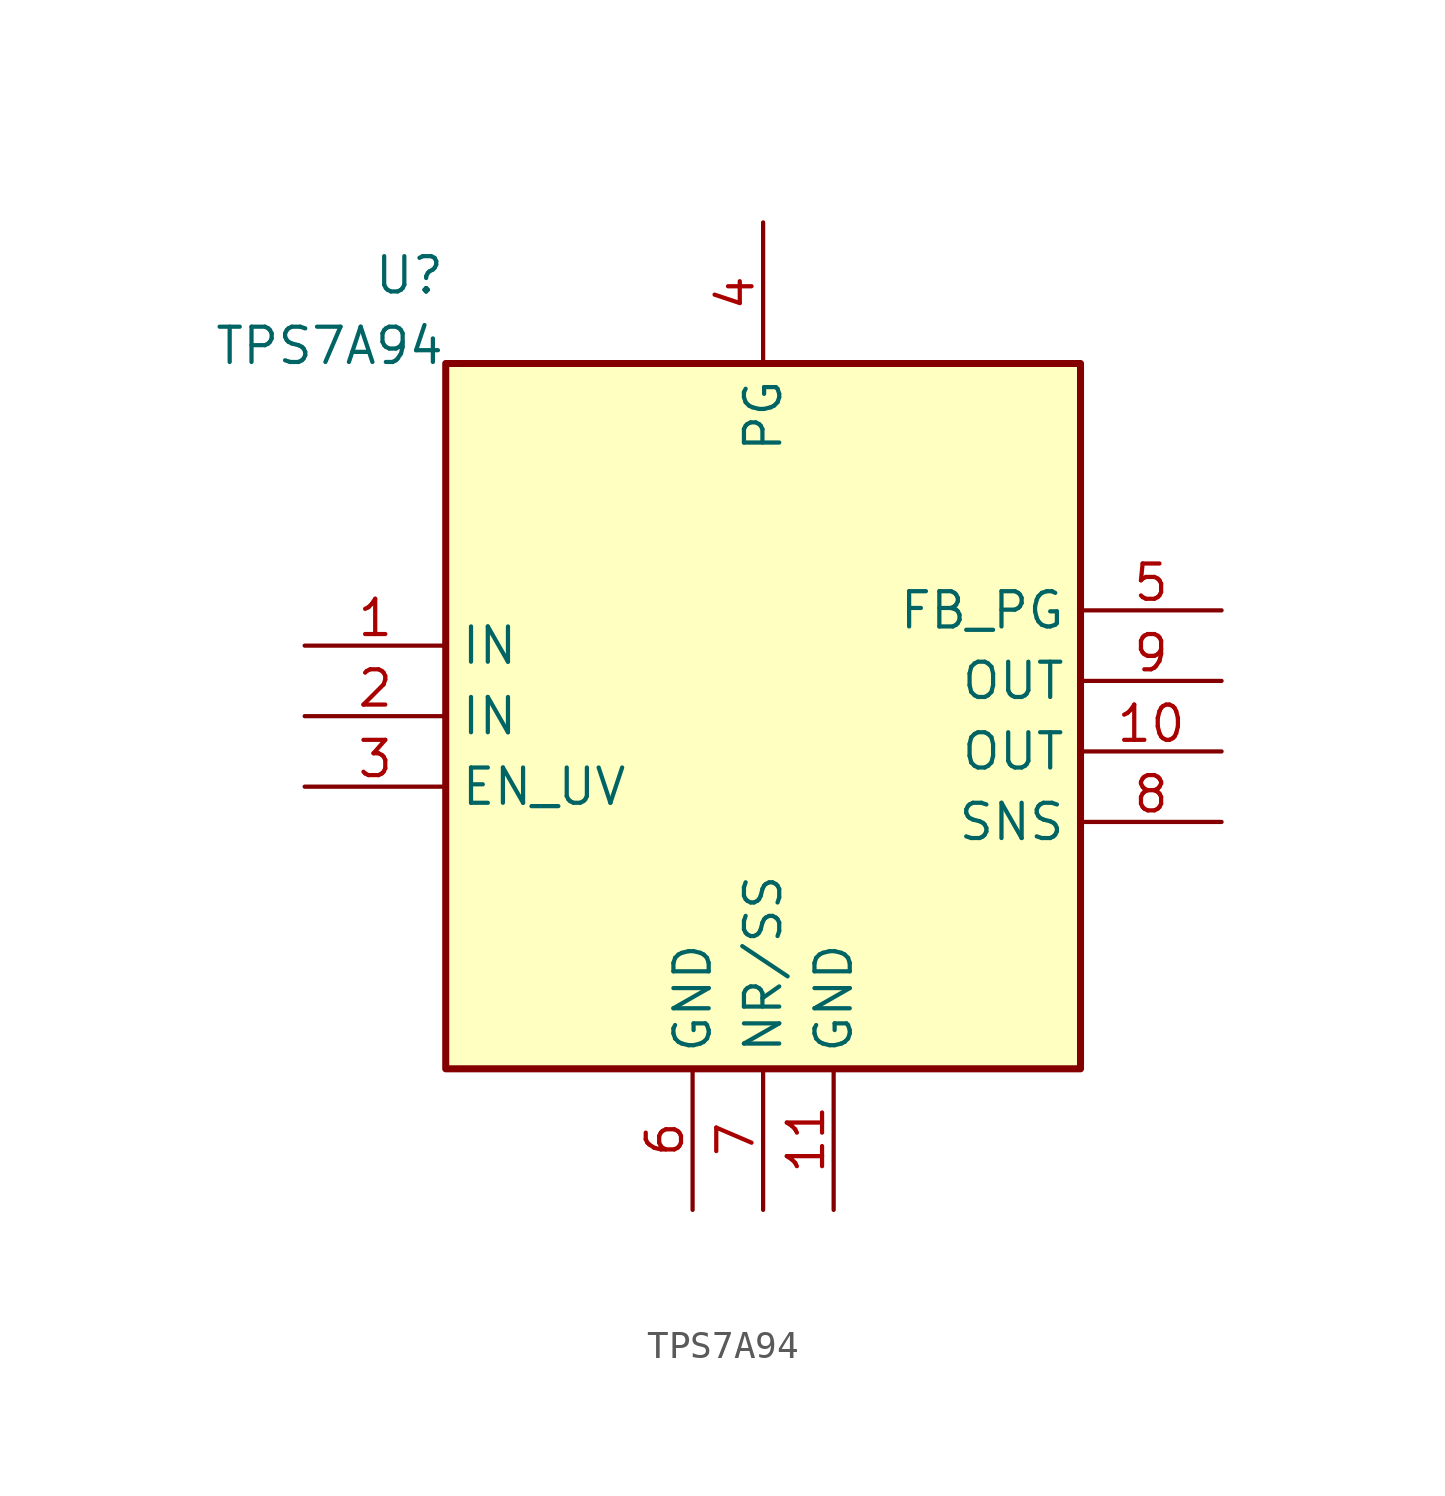
<source format=kicad_sym>
(kicad_symbol_lib
  (version 20241209)
  (generator "kicad_symbol_editor")
  (generator_version "8.0")
  (symbol "TPS7A94"
    (property "Reference" "U"
      (at -11.43 15.875 0)
      (effects (font (size 1.27 1.27)) (justify right) (hide no)))
    (property "Value" "TPS7A94"
      (at -11.43 13.335 0)
      (effects (font (size 1.27 1.27)) (justify right) (hide no)))
    (symbol "TPS7A94_1_1"
      (rectangle (start -11.43 -12.7) (end 11.43 12.7) (stroke (width 0.254) (type solid)) (fill (type background)))
      (pin passive line (at -16.51 2.54 0) (length 5.08) (name "IN" (effects (font (size 1.27 1.27)))) (number "1" (effects (font (size 1.27 1.27)))))
      (pin passive line (at -16.51 0.0 0) (length 5.08) (name "IN" (effects (font (size 1.27 1.27)))) (number "2" (effects (font (size 1.27 1.27)))))
      (pin passive line (at -16.51 -2.54 0) (length 5.08) (name "EN_UV" (effects (font (size 1.27 1.27)))) (number "3" (effects (font (size 1.27 1.27)))))
      (pin passive line (at 16.51 3.81 180) (length 5.08) (name "FB_PG" (effects (font (size 1.27 1.27)))) (number "5" (effects (font (size 1.27 1.27)))))
      (pin passive line (at 16.51 1.27 180) (length 5.08) (name "OUT" (effects (font (size 1.27 1.27)))) (number "9" (effects (font (size 1.27 1.27)))))
      (pin passive line (at 16.51 -1.27 180) (length 5.08) (name "OUT" (effects (font (size 1.27 1.27)))) (number "10" (effects (font (size 1.27 1.27)))))
      (pin passive line (at 16.51 -3.81 180) (length 5.08) (name "SNS" (effects (font (size 1.27 1.27)))) (number "8" (effects (font (size 1.27 1.27)))))
      (pin passive line (at 0.0 17.78 270) (length 5.08) (name "PG" (effects (font (size 1.27 1.27)))) (number "4" (effects (font (size 1.27 1.27)))))
      (pin passive line (at -2.54 -17.78 90) (length 5.08) (name "GND" (effects (font (size 1.27 1.27)))) (number "6" (effects (font (size 1.27 1.27)))))
      (pin passive line (at 0.0 -17.78 90) (length 5.08) (name "NR/SS" (effects (font (size 1.27 1.27)))) (number "7" (effects (font (size 1.27 1.27)))))
      (pin passive line (at 2.54 -17.78 90) (length 5.08) (name "GND" (effects (font (size 1.27 1.27)))) (number "11" (effects (font (size 1.27 1.27))))))))
</source>
